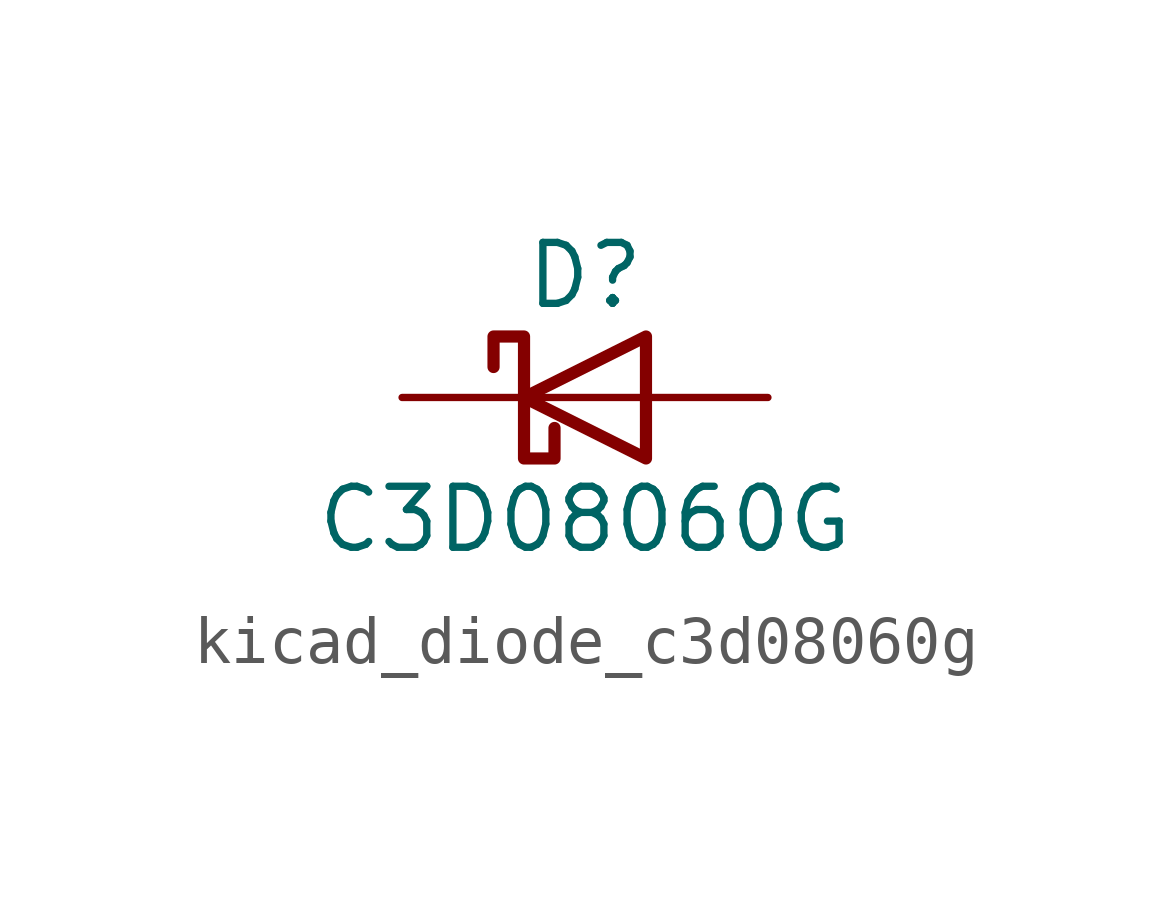
<source format=kicad_sym>
(kicad_symbol_lib
  (version 20220914)
  (generator kicad_symbol_editor)
  (symbol "kicad_diode_c3d08060g"
    (pin_numbers hide)
    (pin_names
      (offset 1.016) hide)
    (property "Reference" "D"
      (at 0 2.54 0)
      (effects (font (size 1.27 1.27))))
    (property "Value" "C3D08060G"
      (at 0 -2.54 0)
      (effects (font (size 1.27 1.27))))
    (symbol "kicad_diode_c3d08060g_0_1"
      (polyline (pts (xy 1.27 0) (xy -1.27 0)) (stroke (width 0) (type default)) (fill (type none)))
      (polyline (pts (xy 1.27 1.27) (xy 1.27 -1.27) (xy -1.27 0) (xy 1.27 1.27)) (stroke (width 0.254) (type default)) (fill (type none)))
      (polyline (pts (xy -1.905 0.635) (xy -1.905 1.27) (xy -1.27 1.27) (xy -1.27 -1.27) (xy -0.635 -1.27) (xy -0.635 -0.635)) (stroke (width 0.254) (type default)) (fill (type none))))
    (symbol "kicad_diode_c3d08060g_1_1"
      (pin passive line (at -3.81 0 0) (length 2.54) (name "K" (effects (font (size 1.27 1.27)))) (number "1" (effects (font (size 1.27 1.27)))))
      (pin passive line (at 3.81 0 180) (length 2.54) (name "A" (effects (font (size 1.27 1.27)))) (number "2" (effects (font (size 1.27 1.27))))))))
</source>
